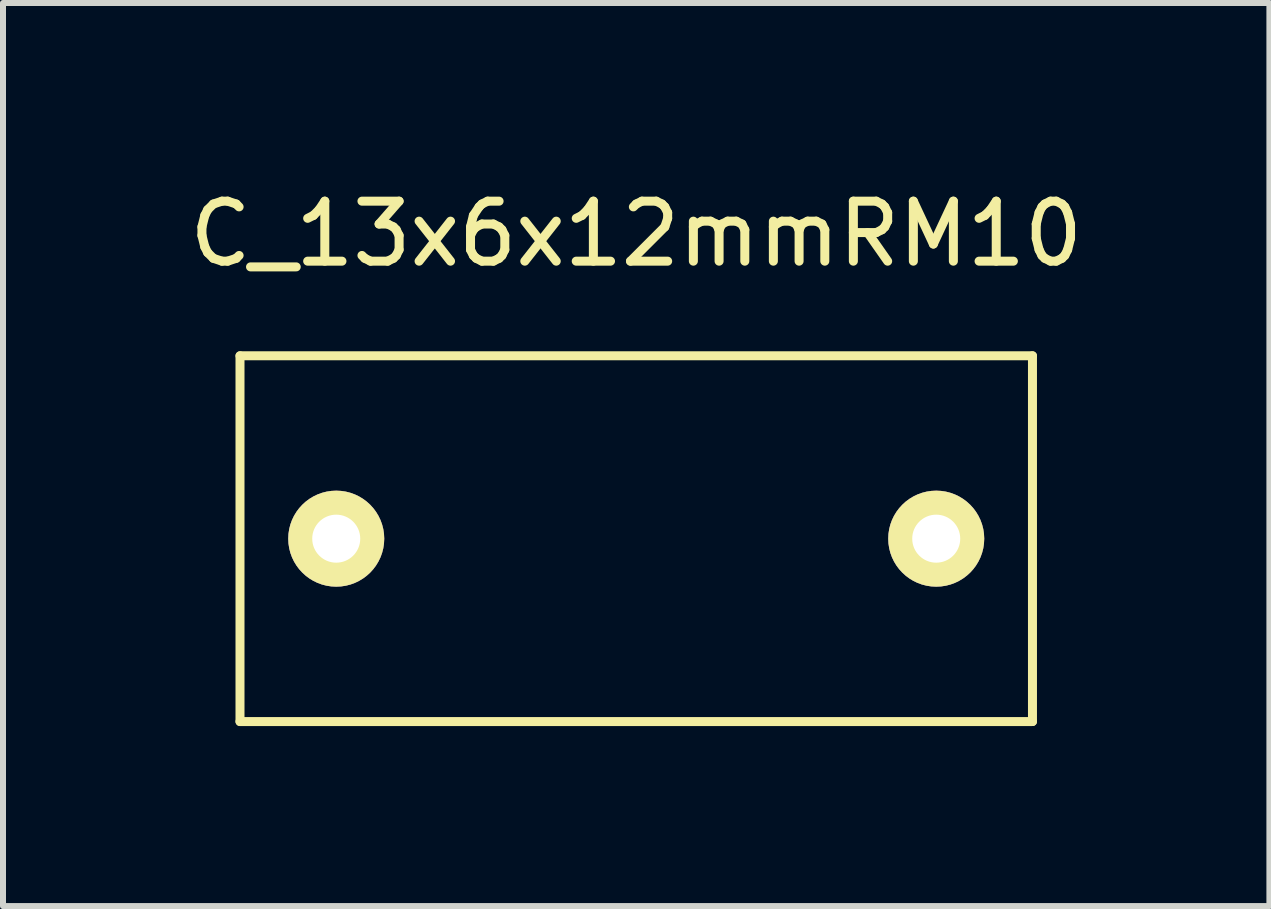
<source format=kicad_pcb>
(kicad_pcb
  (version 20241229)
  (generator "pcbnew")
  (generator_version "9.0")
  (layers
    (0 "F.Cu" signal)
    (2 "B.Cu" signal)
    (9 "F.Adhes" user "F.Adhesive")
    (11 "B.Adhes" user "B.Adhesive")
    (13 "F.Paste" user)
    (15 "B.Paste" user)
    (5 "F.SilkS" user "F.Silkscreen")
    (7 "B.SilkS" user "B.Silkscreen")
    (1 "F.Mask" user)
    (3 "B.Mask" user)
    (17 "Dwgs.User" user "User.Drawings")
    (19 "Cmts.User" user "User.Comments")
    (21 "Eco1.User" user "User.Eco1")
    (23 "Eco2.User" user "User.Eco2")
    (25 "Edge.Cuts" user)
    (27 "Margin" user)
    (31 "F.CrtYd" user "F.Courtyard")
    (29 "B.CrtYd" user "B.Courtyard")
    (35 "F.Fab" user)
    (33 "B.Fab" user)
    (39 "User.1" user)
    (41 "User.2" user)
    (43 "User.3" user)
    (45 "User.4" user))
  (footprint "C_13x6x12mmRM10"
    (layer "F.Cu")
    (at 7.554 5.928)
    (property "Reference" "C_13x6x12mmRM10" (at 0 -5.08 0) (layer "F.SilkS") (effects (font (size 1 1) (thickness 0.15))))
    (attr through_hole)
    (fp_line (start -6.604 -3.048) (end -6.604 3.048) (stroke (width 0.15) (type solid)) (layer "F.SilkS"))
    (fp_line (start -6.604 3.048) (end 6.604 3.048) (stroke (width 0.15) (type solid)) (layer "F.SilkS"))
    (fp_line (start 6.604 -3.048) (end -6.604 -3.048) (stroke (width 0.15) (type solid)) (layer "F.SilkS"))
    (fp_line (start 6.604 3.048) (end 6.604 -3.048) (stroke (width 0.15) (type solid)) (layer "F.SilkS"))
    (pad "1" thru_hole circle (at -5 0) (size 1.6 1.6) (drill 0.8) (layers "*.Cu" "*.Mask" "F.SilkS"))
    (pad "2" thru_hole circle (at 5 0) (size 1.6 1.6) (drill 0.8) (layers "*.Cu" "*.Mask" "F.SilkS")))
  (gr_rect
    (start -3 -3)
    (end 18.107 12.051)
    (stroke (width 0.1) (type default))
    (fill no)
    (layer "Edge.Cuts")))
</source>
